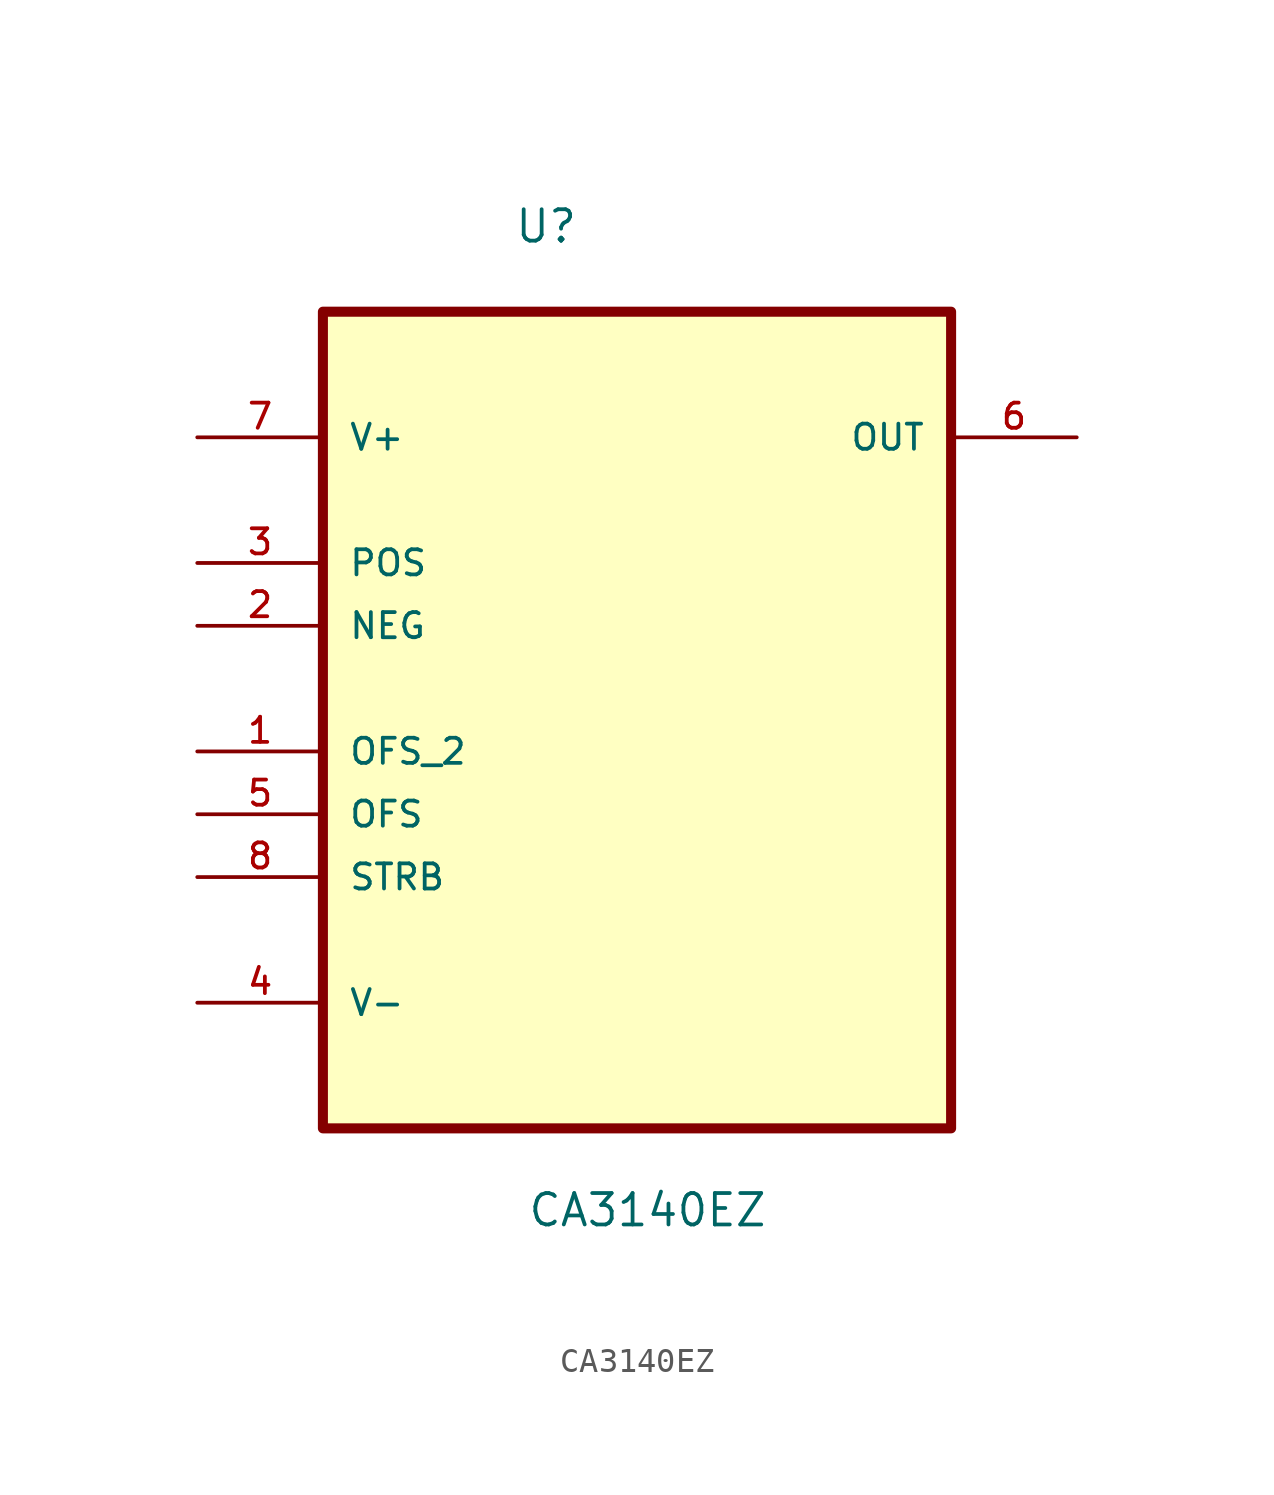
<source format=kicad_sym>
(kicad_symbol_lib
  (version 20211014)
  (generator kicad_symbol_editor)
  (symbol "CA3140EZ"
    (pin_names
      (offset 1.016))
    (property "Reference" "U"
      (at -4.984 15.409 0.0)
      (effects (font (size 1.27 1.27)) (justify bottom left)))
    (property "Value" "CA3140EZ"
      (at -4.452 -24.369 0.0)
      (effects (font (size 1.27 1.27)) (justify bottom left)))
    (symbol "CA3140EZ_0_0"
      (rectangle (start -12.7 -20.32) (end 12.7 12.7) (stroke (width 0.406)) (fill (type background)))
      (pin power_in line (at -17.78 7.62 0) (length 5.08) (name "V+" (effects (font (size 1.016 1.016)))) (number "7" (effects (font (size 1.016 1.016)))))
      (pin input line (at -17.78 2.54 0) (length 5.08) (name "POS" (effects (font (size 1.016 1.016)))) (number "3" (effects (font (size 1.016 1.016)))))
      (pin input line (at -17.78 0.0 0) (length 5.08) (name "NEG" (effects (font (size 1.016 1.016)))) (number "2" (effects (font (size 1.016 1.016)))))
      (pin passive line (at -17.78 -5.08 0) (length 5.08) (name "OFS_2" (effects (font (size 1.016 1.016)))) (number "1" (effects (font (size 1.016 1.016)))))
      (pin passive line (at -17.78 -7.62 0) (length 5.08) (name "OFS" (effects (font (size 1.016 1.016)))) (number "5" (effects (font (size 1.016 1.016)))))
      (pin passive line (at -17.78 -10.16 0) (length 5.08) (name "STRB" (effects (font (size 1.016 1.016)))) (number "8" (effects (font (size 1.016 1.016)))))
      (pin power_in line (at -17.78 -15.24 0) (length 5.08) (name "V-" (effects (font (size 1.016 1.016)))) (number "4" (effects (font (size 1.016 1.016)))))
      (pin output line (at 17.78 7.62 180.0) (length 5.08) (name "OUT" (effects (font (size 1.016 1.016)))) (number "6" (effects (font (size 1.016 1.016))))))))
</source>
